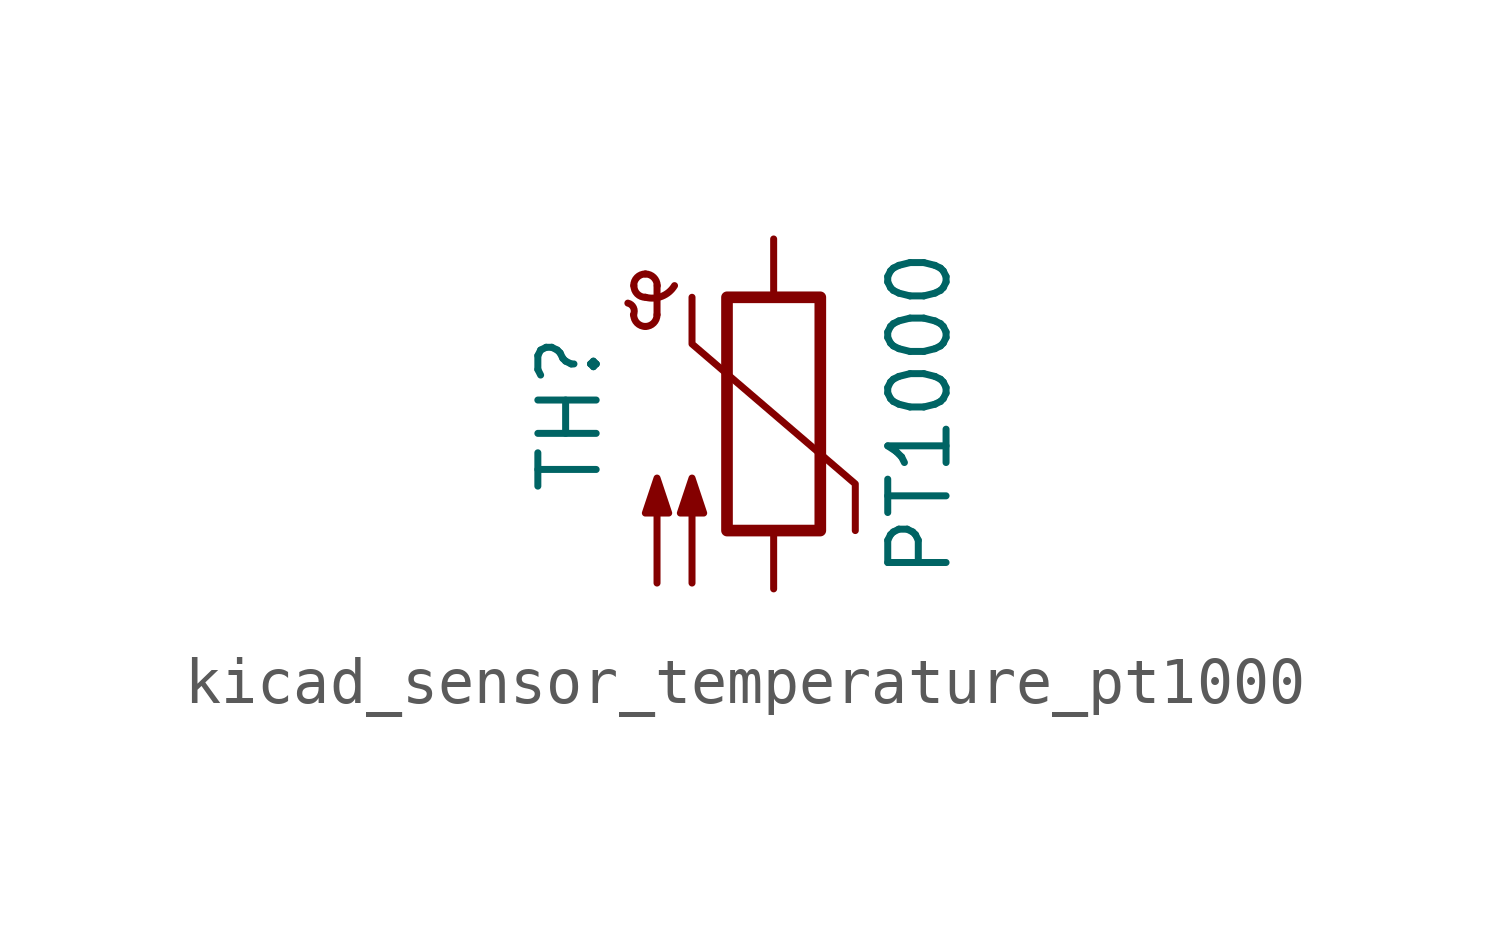
<source format=kicad_sym>
(kicad_symbol_lib
  (version 20220914)
  (generator kicad_symbol_editor)
  (symbol "kicad_sensor_temperature_pt1000"
    (pin_numbers hide)
    (pin_names
      (offset 0))
    (property "Reference" "TH"
      (at -4.445 0 90)
      (effects (font (size 1.27 1.27))))
    (property "Value" "PT1000"
      (at 3.175 0 90)
      (effects (font (size 1.27 1.27))))
    (symbol "kicad_sensor_temperature_pt1000_0_1"
      (arc (start -3.048 2.159) (mid -3.0495 2.3143) (end -3.175 2.413) (stroke (width 0) (type default)) (fill (type none)))
      (arc (start -3.048 2.159) (mid -2.9736 1.9794) (end -2.794 1.905) (stroke (width 0) (type default)) (fill (type none)))
      (arc (start -3.048 2.794) (mid -2.9736 2.6144) (end -2.794 2.54) (stroke (width 0) (type default)) (fill (type none)))
      (arc (start -2.794 1.905) (mid -2.6144 1.9794) (end -2.54 2.159) (stroke (width 0) (type default)) (fill (type none)))
      (arc (start -2.794 2.54) (mid -2.4393 2.5587) (end -2.159 2.794) (stroke (width 0) (type default)) (fill (type none)))
      (arc (start -2.794 3.048) (mid -2.9736 2.9736) (end -3.048 2.794) (stroke (width 0) (type default)) (fill (type none)))
      (arc (start -2.54 2.794) (mid -2.6144 2.9736) (end -2.794 3.048) (stroke (width 0) (type default)) (fill (type none)))
      (rectangle (start -1.016 2.54) (end 1.016 -2.54) (stroke (width 0.254) (type default)) (fill (type none)))
      (polyline (pts (xy -2.54 2.159) (xy -2.54 2.794)) (stroke (width 0) (type default)) (fill (type none)))
      (polyline (pts (xy -1.778 2.54) (xy -1.778 1.524) (xy 1.778 -1.524) (xy 1.778 -2.54)) (stroke (width 0) (type default)) (fill (type none)))
      (polyline (pts (xy -2.54 -3.683) (xy -2.54 -1.397) (xy -2.794 -2.159) (xy -2.286 -2.159) (xy -2.54 -1.397) (xy -2.54 -1.651)) (stroke (width 0) (type default)) (fill (type outline)))
      (polyline (pts (xy -1.778 -3.683) (xy -1.778 -1.397) (xy -2.032 -2.159) (xy -1.524 -2.159) (xy -1.778 -1.397) (xy -1.778 -1.651)) (stroke (width 0) (type default)) (fill (type outline))))
    (symbol "kicad_sensor_temperature_pt1000_1_1"
      (pin passive line (at 0 3.81 270) (length 1.27) (name "~" (effects (font (size 1.27 1.27)))) (number "1" (effects (font (size 1.27 1.27)))))
      (pin passive line (at 0 -3.81 90) (length 1.27) (name "~" (effects (font (size 1.27 1.27)))) (number "2" (effects (font (size 1.27 1.27))))))))
</source>
